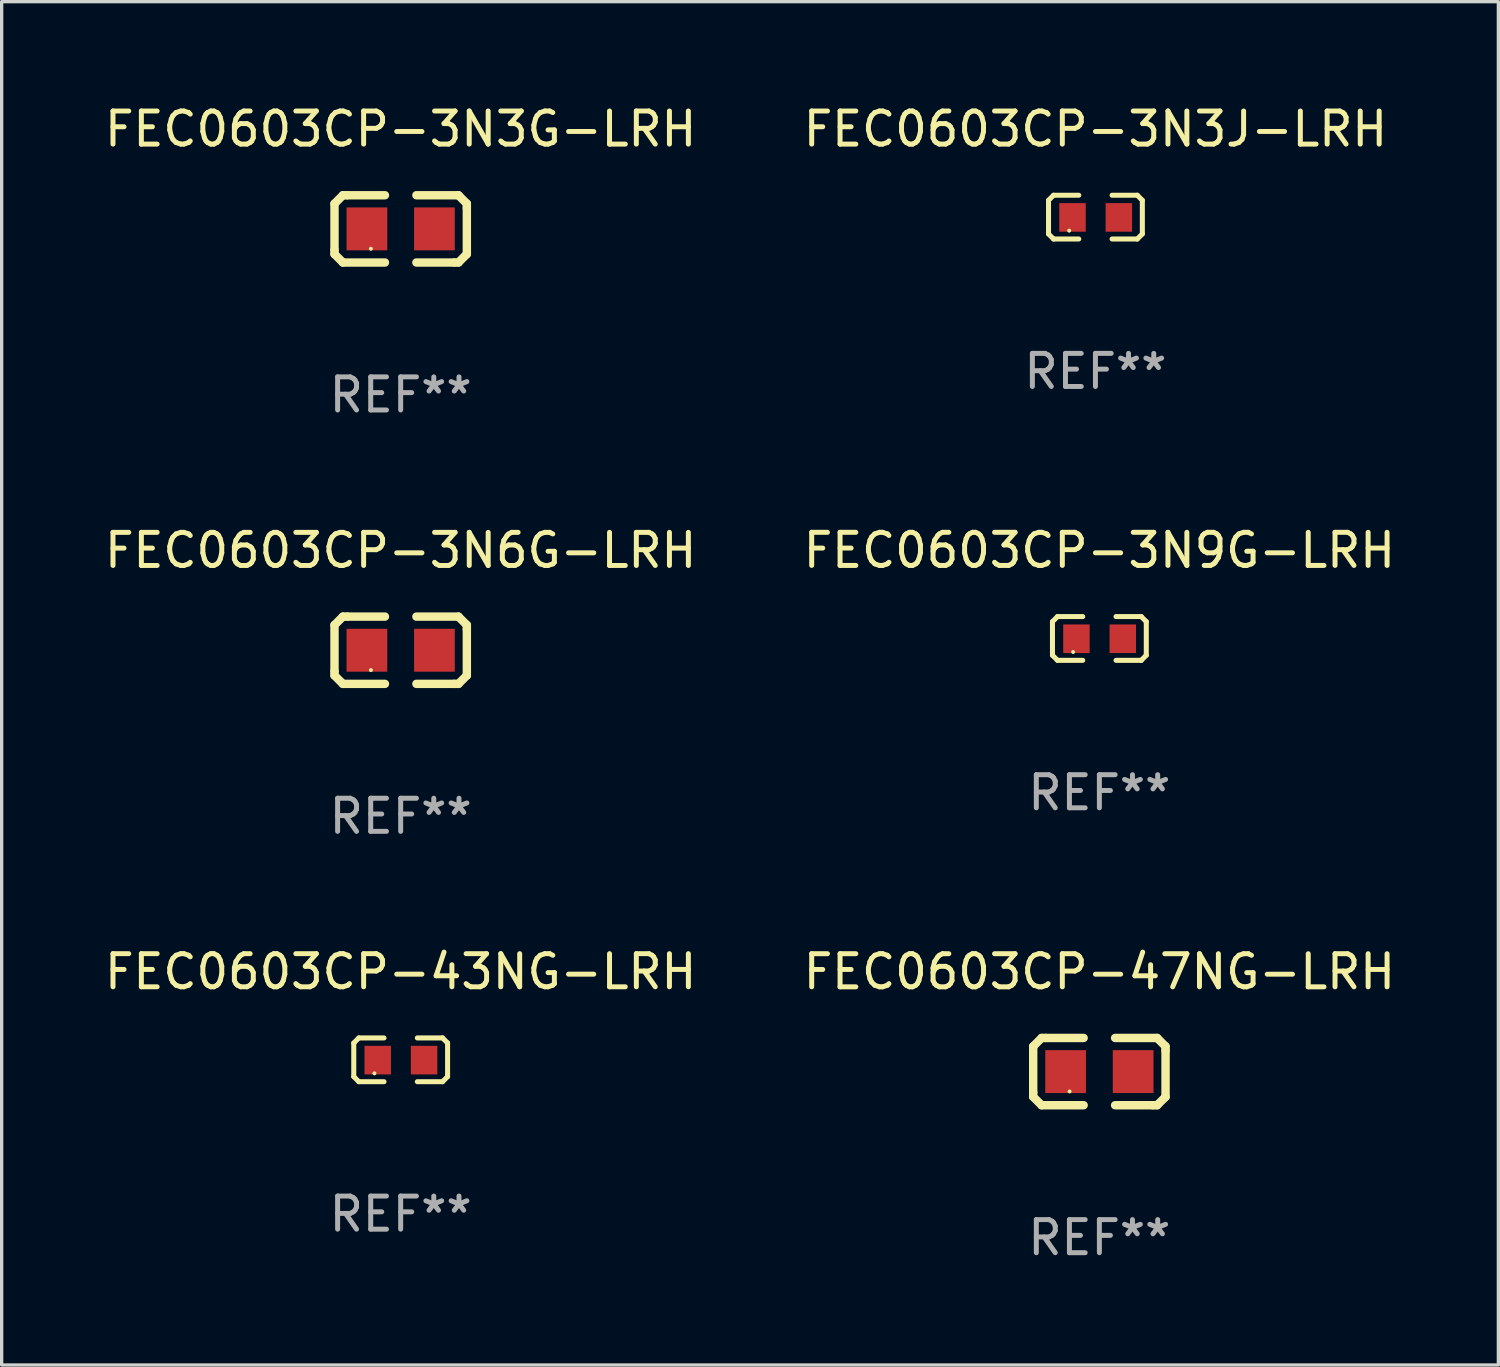
<source format=kicad_pcb>
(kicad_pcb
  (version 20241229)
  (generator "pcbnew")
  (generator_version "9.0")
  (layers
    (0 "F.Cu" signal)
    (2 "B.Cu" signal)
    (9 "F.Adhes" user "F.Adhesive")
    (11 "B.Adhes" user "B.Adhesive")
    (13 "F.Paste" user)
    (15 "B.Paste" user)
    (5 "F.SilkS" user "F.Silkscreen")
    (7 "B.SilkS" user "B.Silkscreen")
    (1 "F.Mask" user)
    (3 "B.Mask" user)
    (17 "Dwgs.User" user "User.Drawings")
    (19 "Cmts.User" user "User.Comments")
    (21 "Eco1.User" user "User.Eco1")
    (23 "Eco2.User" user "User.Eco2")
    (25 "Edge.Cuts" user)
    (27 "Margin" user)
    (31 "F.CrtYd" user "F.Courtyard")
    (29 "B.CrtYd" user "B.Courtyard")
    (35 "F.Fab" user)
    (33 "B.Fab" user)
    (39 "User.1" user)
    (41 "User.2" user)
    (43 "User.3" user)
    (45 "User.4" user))
  (footprint "FEC0603CP-43NG-LRH"
    (layer "F.Cu")
    (at 9.054 28.966)
    (property "Reference" "FEC0603CP-43NG-LRH" (at 0 -2.661 0) (layer "F.SilkS") (effects (font (size 1 1) (thickness 0.15))))
    (attr through_hole)
    (fp_line (start -1.417 -0.508) (end -1.265 -0.661) (stroke (width 0.152) (type solid)) (layer "F.SilkS"))
    (fp_line (start -1.417 0.508) (end -1.417 -0.508) (stroke (width 0.152) (type solid)) (layer "F.SilkS"))
    (fp_line (start -1.265 -0.661) (end -0.503 -0.661) (stroke (width 0.152) (type solid)) (layer "F.SilkS"))
    (fp_line (start -1.265 0.661) (end -1.417 0.508) (stroke (width 0.152) (type solid)) (layer "F.SilkS"))
    (fp_line (start -1.265 0.661) (end -0.503 0.661) (stroke (width 0.152) (type solid)) (layer "F.SilkS"))
    (fp_line (start 1.265 -0.661) (end 0.503 -0.661) (stroke (width 0.152) (type solid)) (layer "F.SilkS"))
    (fp_line (start 1.265 -0.661) (end 1.417 -0.508) (stroke (width 0.152) (type solid)) (layer "F.SilkS"))
    (fp_line (start 1.265 0.661) (end 0.503 0.661) (stroke (width 0.152) (type solid)) (layer "F.SilkS"))
    (fp_line (start 1.417 -0.508) (end 1.417 0.508) (stroke (width 0.152) (type solid)) (layer "F.SilkS"))
    (fp_line (start 1.417 0.508) (end 1.265 0.661) (stroke (width 0.152) (type solid)) (layer "F.SilkS"))
    (fp_circle (center -0.793 0.409) (end -0.763 0.409) (stroke (width 0.06) (type solid)) (fill no) (layer "F.SilkS"))
    (fp_text user "REF**" (at 0 4.661 0) (layer "F.Fab") (effects (font (size 1 1) (thickness 0.15))))
    (pad "1" smd rect (at -0.693 0.009 180) (size 0.8 0.864) (layers "F.Cu" "F.Mask" "F.Paste"))
    (pad "2" smd rect (at 0.707 0.009 180) (size 0.8 0.864) (layers "F.Cu" "F.Mask" "F.Paste")))
  (footprint "FEC0603CP-3N3J-LRH"
    (layer "F.Cu")
    (at 30.042 3.509)
    (property "Reference" "FEC0603CP-3N3J-LRH" (at 0 -2.661 0) (layer "F.SilkS") (effects (font (size 1 1) (thickness 0.15))))
    (attr through_hole)
    (fp_line (start -1.417 -0.508) (end -1.265 -0.661) (stroke (width 0.152) (type solid)) (layer "F.SilkS"))
    (fp_line (start -1.417 0.508) (end -1.417 -0.508) (stroke (width 0.152) (type solid)) (layer "F.SilkS"))
    (fp_line (start -1.265 -0.661) (end -0.503 -0.661) (stroke (width 0.152) (type solid)) (layer "F.SilkS"))
    (fp_line (start -1.265 0.661) (end -1.417 0.508) (stroke (width 0.152) (type solid)) (layer "F.SilkS"))
    (fp_line (start -1.265 0.661) (end -0.503 0.661) (stroke (width 0.152) (type solid)) (layer "F.SilkS"))
    (fp_line (start 1.265 -0.661) (end 0.503 -0.661) (stroke (width 0.152) (type solid)) (layer "F.SilkS"))
    (fp_line (start 1.265 -0.661) (end 1.417 -0.508) (stroke (width 0.152) (type solid)) (layer "F.SilkS"))
    (fp_line (start 1.265 0.661) (end 0.503 0.661) (stroke (width 0.152) (type solid)) (layer "F.SilkS"))
    (fp_line (start 1.417 -0.508) (end 1.417 0.508) (stroke (width 0.152) (type solid)) (layer "F.SilkS"))
    (fp_line (start 1.417 0.508) (end 1.265 0.661) (stroke (width 0.152) (type solid)) (layer "F.SilkS"))
    (fp_circle (center -0.793 0.409) (end -0.763 0.409) (stroke (width 0.06) (type solid)) (fill no) (layer "F.SilkS"))
    (fp_text user "REF**" (at 0 4.661 0) (layer "F.Fab") (effects (font (size 1 1) (thickness 0.15))))
    (pad "1" smd rect (at -0.693 0.009 180) (size 0.8 0.864) (layers "F.Cu" "F.Mask" "F.Paste"))
    (pad "2" smd rect (at 0.707 0.009 180) (size 0.8 0.864) (layers "F.Cu" "F.Mask" "F.Paste")))
  (footprint "FEC0603CP-3N6G-LRH"
    (layer "F.Cu")
    (at 9.054 16.593)
    (property "Reference" "FEC0603CP-3N6G-LRH" (at 0 -3.016 0) (layer "F.SilkS") (effects (font (size 1 1) (thickness 0.15))))
    (attr through_hole)
    (fp_line (start -1.999 -0.762) (end -1.999 0.635) (stroke (width 0.254) (type solid)) (layer "F.SilkS"))
    (fp_line (start -1.999 0.635) (end -1.999 0.762) (stroke (width 0.254) (type solid)) (layer "F.SilkS"))
    (fp_line (start -1.999 0.762) (end -1.745 1.016) (stroke (width 0.254) (type solid)) (layer "F.SilkS"))
    (fp_line (start -1.745 -1.016) (end -1.999 -0.762) (stroke (width 0.254) (type solid)) (layer "F.SilkS"))
    (fp_line (start -1.745 1.016) (end -0.475 1.016) (stroke (width 0.254) (type solid)) (layer "F.SilkS"))
    (fp_line (start -1.618 -1.016) (end -1.745 -1.016) (stroke (width 0.254) (type solid)) (layer "F.SilkS"))
    (fp_line (start -0.475 -1.016) (end -1.618 -1.016) (stroke (width 0.254) (type solid)) (layer "F.SilkS"))
    (fp_line (start 0.475 1.016) (end 1.618 1.016) (stroke (width 0.254) (type solid)) (layer "F.SilkS"))
    (fp_line (start 1.618 1.016) (end 1.745 1.016) (stroke (width 0.254) (type solid)) (layer "F.SilkS"))
    (fp_line (start 1.745 -1.016) (end 0.475 -1.016) (stroke (width 0.254) (type solid)) (layer "F.SilkS"))
    (fp_line (start 1.745 1.016) (end 1.999 0.762) (stroke (width 0.254) (type solid)) (layer "F.SilkS"))
    (fp_line (start 1.999 -0.762) (end 1.745 -1.016) (stroke (width 0.254) (type solid)) (layer "F.SilkS"))
    (fp_line (start 1.999 -0.635) (end 1.999 -0.762) (stroke (width 0.254) (type solid)) (layer "F.SilkS"))
    (fp_line (start 1.999 0.762) (end 1.999 -0.635) (stroke (width 0.254) (type solid)) (layer "F.SilkS"))
    (fp_circle (center -0.9 0.6) (end -0.87 0.6) (stroke (width 0.06) (type solid)) (fill no) (layer "F.SilkS"))
    (fp_text user "REF**" (at 0 5.016 0) (layer "F.Fab") (effects (font (size 1 1) (thickness 0.15))))
    (pad "1" smd rect (at -1.02 0) (size 1.23 1.296) (layers "F.Cu" "F.Mask" "F.Paste"))
    (pad "2" smd rect (at 1.02 0) (size 1.23 1.296) (layers "F.Cu" "F.Mask" "F.Paste")))
  (footprint "FEC0603CP-3N3G-LRH"
    (layer "F.Cu")
    (at 9.054 3.864)
    (property "Reference" "FEC0603CP-3N3G-LRH" (at 0 -3.016 0) (layer "F.SilkS") (effects (font (size 1 1) (thickness 0.15))))
    (attr through_hole)
    (fp_line (start -1.999 -0.762) (end -1.999 0.635) (stroke (width 0.254) (type solid)) (layer "F.SilkS"))
    (fp_line (start -1.999 0.635) (end -1.999 0.762) (stroke (width 0.254) (type solid)) (layer "F.SilkS"))
    (fp_line (start -1.999 0.762) (end -1.745 1.016) (stroke (width 0.254) (type solid)) (layer "F.SilkS"))
    (fp_line (start -1.745 -1.016) (end -1.999 -0.762) (stroke (width 0.254) (type solid)) (layer "F.SilkS"))
    (fp_line (start -1.745 1.016) (end -0.475 1.016) (stroke (width 0.254) (type solid)) (layer "F.SilkS"))
    (fp_line (start -1.618 -1.016) (end -1.745 -1.016) (stroke (width 0.254) (type solid)) (layer "F.SilkS"))
    (fp_line (start -0.475 -1.016) (end -1.618 -1.016) (stroke (width 0.254) (type solid)) (layer "F.SilkS"))
    (fp_line (start 0.475 1.016) (end 1.618 1.016) (stroke (width 0.254) (type solid)) (layer "F.SilkS"))
    (fp_line (start 1.618 1.016) (end 1.745 1.016) (stroke (width 0.254) (type solid)) (layer "F.SilkS"))
    (fp_line (start 1.745 -1.016) (end 0.475 -1.016) (stroke (width 0.254) (type solid)) (layer "F.SilkS"))
    (fp_line (start 1.745 1.016) (end 1.999 0.762) (stroke (width 0.254) (type solid)) (layer "F.SilkS"))
    (fp_line (start 1.999 -0.762) (end 1.745 -1.016) (stroke (width 0.254) (type solid)) (layer "F.SilkS"))
    (fp_line (start 1.999 -0.635) (end 1.999 -0.762) (stroke (width 0.254) (type solid)) (layer "F.SilkS"))
    (fp_line (start 1.999 0.762) (end 1.999 -0.635) (stroke (width 0.254) (type solid)) (layer "F.SilkS"))
    (fp_circle (center -0.9 0.6) (end -0.87 0.6) (stroke (width 0.06) (type solid)) (fill no) (layer "F.SilkS"))
    (fp_text user "REF**" (at 0 5.016 0) (layer "F.Fab") (effects (font (size 1 1) (thickness 0.15))))
    (pad "1" smd rect (at -1.02 0) (size 1.23 1.296) (layers "F.Cu" "F.Mask" "F.Paste"))
    (pad "2" smd rect (at 1.02 0) (size 1.23 1.296) (layers "F.Cu" "F.Mask" "F.Paste")))
  (footprint "FEC0603CP-47NG-LRH"
    (layer "F.Cu")
    (at 30.161 29.322)
    (property "Reference" "FEC0603CP-47NG-LRH" (at 0 -3.016 0) (layer "F.SilkS") (effects (font (size 1 1) (thickness 0.15))))
    (attr through_hole)
    (fp_line (start -1.999 -0.762) (end -1.999 0.635) (stroke (width 0.254) (type solid)) (layer "F.SilkS"))
    (fp_line (start -1.999 0.635) (end -1.999 0.762) (stroke (width 0.254) (type solid)) (layer "F.SilkS"))
    (fp_line (start -1.999 0.762) (end -1.745 1.016) (stroke (width 0.254) (type solid)) (layer "F.SilkS"))
    (fp_line (start -1.745 -1.016) (end -1.999 -0.762) (stroke (width 0.254) (type solid)) (layer "F.SilkS"))
    (fp_line (start -1.745 1.016) (end -0.475 1.016) (stroke (width 0.254) (type solid)) (layer "F.SilkS"))
    (fp_line (start -1.618 -1.016) (end -1.745 -1.016) (stroke (width 0.254) (type solid)) (layer "F.SilkS"))
    (fp_line (start -0.475 -1.016) (end -1.618 -1.016) (stroke (width 0.254) (type solid)) (layer "F.SilkS"))
    (fp_line (start 0.475 1.016) (end 1.618 1.016) (stroke (width 0.254) (type solid)) (layer "F.SilkS"))
    (fp_line (start 1.618 1.016) (end 1.745 1.016) (stroke (width 0.254) (type solid)) (layer "F.SilkS"))
    (fp_line (start 1.745 -1.016) (end 0.475 -1.016) (stroke (width 0.254) (type solid)) (layer "F.SilkS"))
    (fp_line (start 1.745 1.016) (end 1.999 0.762) (stroke (width 0.254) (type solid)) (layer "F.SilkS"))
    (fp_line (start 1.999 -0.762) (end 1.745 -1.016) (stroke (width 0.254) (type solid)) (layer "F.SilkS"))
    (fp_line (start 1.999 -0.635) (end 1.999 -0.762) (stroke (width 0.254) (type solid)) (layer "F.SilkS"))
    (fp_line (start 1.999 0.762) (end 1.999 -0.635) (stroke (width 0.254) (type solid)) (layer "F.SilkS"))
    (fp_circle (center -0.9 0.6) (end -0.87 0.6) (stroke (width 0.06) (type solid)) (fill no) (layer "F.SilkS"))
    (fp_text user "REF**" (at 0 5.016 0) (layer "F.Fab") (effects (font (size 1 1) (thickness 0.15))))
    (pad "1" smd rect (at -1.02 0) (size 1.23 1.296) (layers "F.Cu" "F.Mask" "F.Paste"))
    (pad "2" smd rect (at 1.02 0) (size 1.23 1.296) (layers "F.Cu" "F.Mask" "F.Paste")))
  (footprint "FEC0603CP-3N9G-LRH"
    (layer "F.Cu")
    (at 30.161 16.237)
    (property "Reference" "FEC0603CP-3N9G-LRH" (at 0 -2.661 0) (layer "F.SilkS") (effects (font (size 1 1) (thickness 0.15))))
    (attr through_hole)
    (fp_line (start -1.417 -0.508) (end -1.265 -0.661) (stroke (width 0.152) (type solid)) (layer "F.SilkS"))
    (fp_line (start -1.417 0.508) (end -1.417 -0.508) (stroke (width 0.152) (type solid)) (layer "F.SilkS"))
    (fp_line (start -1.265 -0.661) (end -0.503 -0.661) (stroke (width 0.152) (type solid)) (layer "F.SilkS"))
    (fp_line (start -1.265 0.661) (end -1.417 0.508) (stroke (width 0.152) (type solid)) (layer "F.SilkS"))
    (fp_line (start -1.265 0.661) (end -0.503 0.661) (stroke (width 0.152) (type solid)) (layer "F.SilkS"))
    (fp_line (start 1.265 -0.661) (end 0.503 -0.661) (stroke (width 0.152) (type solid)) (layer "F.SilkS"))
    (fp_line (start 1.265 -0.661) (end 1.417 -0.508) (stroke (width 0.152) (type solid)) (layer "F.SilkS"))
    (fp_line (start 1.265 0.661) (end 0.503 0.661) (stroke (width 0.152) (type solid)) (layer "F.SilkS"))
    (fp_line (start 1.417 -0.508) (end 1.417 0.508) (stroke (width 0.152) (type solid)) (layer "F.SilkS"))
    (fp_line (start 1.417 0.508) (end 1.265 0.661) (stroke (width 0.152) (type solid)) (layer "F.SilkS"))
    (fp_circle (center -0.793 0.409) (end -0.763 0.409) (stroke (width 0.06) (type solid)) (fill no) (layer "F.SilkS"))
    (fp_text user "REF**" (at 0 4.661 0) (layer "F.Fab") (effects (font (size 1 1) (thickness 0.15))))
    (pad "1" smd rect (at -0.693 0.009 180) (size 0.8 0.864) (layers "F.Cu" "F.Mask" "F.Paste"))
    (pad "2" smd rect (at 0.707 0.009 180) (size 0.8 0.864) (layers "F.Cu" "F.Mask" "F.Paste")))
  (gr_rect
    (start -3 -3)
    (end 42.214 38.186)
    (stroke (width 0.1) (type default))
    (fill no)
    (layer "Edge.Cuts")))
</source>
